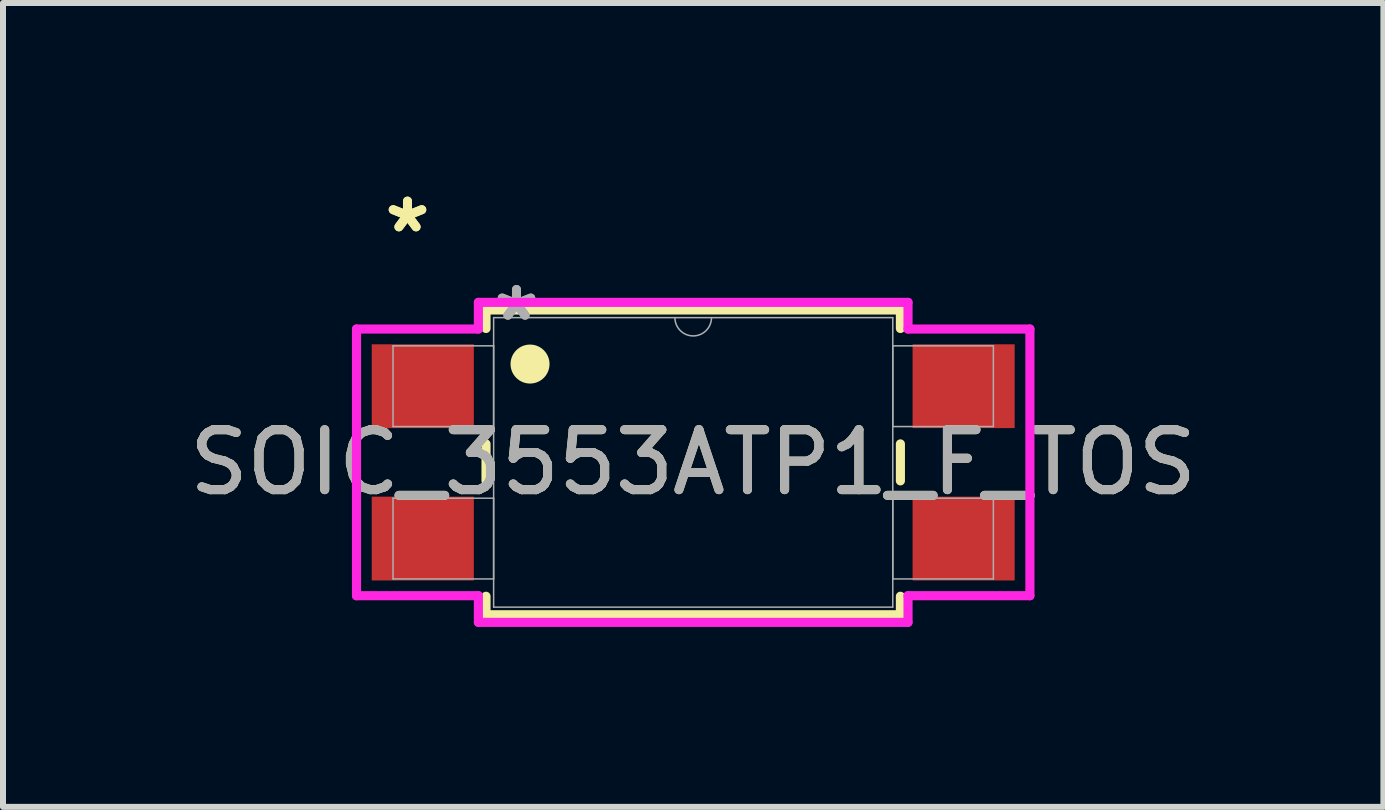
<source format=kicad_pcb>
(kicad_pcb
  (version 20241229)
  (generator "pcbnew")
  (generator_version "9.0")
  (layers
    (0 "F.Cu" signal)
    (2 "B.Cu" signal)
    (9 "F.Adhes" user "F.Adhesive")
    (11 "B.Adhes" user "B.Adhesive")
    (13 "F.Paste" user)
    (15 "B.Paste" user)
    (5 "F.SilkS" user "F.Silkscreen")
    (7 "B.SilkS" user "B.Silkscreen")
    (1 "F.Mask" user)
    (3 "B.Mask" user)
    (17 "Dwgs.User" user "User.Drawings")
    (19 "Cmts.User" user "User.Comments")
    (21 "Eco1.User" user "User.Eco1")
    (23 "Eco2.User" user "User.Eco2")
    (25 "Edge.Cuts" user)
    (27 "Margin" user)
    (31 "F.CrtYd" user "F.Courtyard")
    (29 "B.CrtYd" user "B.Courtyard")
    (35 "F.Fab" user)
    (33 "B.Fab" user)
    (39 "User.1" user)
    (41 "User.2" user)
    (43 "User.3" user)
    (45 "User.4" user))
  (footprint "SOIC_3553ATP1_F_TOS"
    (layer "F.Cu")
    (at 8.506 4.658)
    (property "Reference" "SOIC_3553ATP1_F_TOS" (at 0 0 0) (unlocked yes) (layer "F.SilkS") (effects (font (size 1 1) (thickness 0.15))))
    (attr smd)
    (fp_line (start -3.454 -2.54) (end -3.454 -2.232) (stroke (width 0.152) (type solid)) (layer "F.SilkS"))
    (fp_line (start -3.454 -0.308) (end -3.454 0.308) (stroke (width 0.152) (type solid)) (layer "F.SilkS"))
    (fp_line (start -3.454 2.232) (end -3.454 2.54) (stroke (width 0.152) (type solid)) (layer "F.SilkS"))
    (fp_line (start -3.454 2.54) (end 3.454 2.54) (stroke (width 0.152) (type solid)) (layer "F.SilkS"))
    (fp_line (start 3.454 -2.54) (end -3.454 -2.54) (stroke (width 0.152) (type solid)) (layer "F.SilkS"))
    (fp_line (start 3.454 -2.232) (end 3.454 -2.54) (stroke (width 0.152) (type solid)) (layer "F.SilkS"))
    (fp_line (start 3.454 0.308) (end 3.454 -0.308) (stroke (width 0.152) (type solid)) (layer "F.SilkS"))
    (fp_line (start 3.454 2.54) (end 3.454 2.232) (stroke (width 0.152) (type solid)) (layer "F.SilkS"))
    (fp_circle (center -2.72 -1.639) (end -2.47 -1.639) (stroke (width 0.15) (type solid)) (fill yes) (layer "F.SilkS"))
    (fp_line (start -5.613 -2.223) (end -3.581 -2.223) (stroke (width 0.152) (type solid)) (layer "F.CrtYd"))
    (fp_line (start -5.613 2.223) (end -5.613 -2.223) (stroke (width 0.152) (type solid)) (layer "F.CrtYd"))
    (fp_line (start -5.613 2.223) (end -3.581 2.223) (stroke (width 0.152) (type solid)) (layer "F.CrtYd"))
    (fp_line (start -3.581 -2.667) (end 3.581 -2.667) (stroke (width 0.152) (type solid)) (layer "F.CrtYd"))
    (fp_line (start -3.581 -2.223) (end -3.581 -2.667) (stroke (width 0.152) (type solid)) (layer "F.CrtYd"))
    (fp_line (start -3.581 2.667) (end -3.581 2.223) (stroke (width 0.152) (type solid)) (layer "F.CrtYd"))
    (fp_line (start 3.581 -2.667) (end 3.581 -2.223) (stroke (width 0.152) (type solid)) (layer "F.CrtYd"))
    (fp_line (start 3.581 2.223) (end 3.581 2.667) (stroke (width 0.152) (type solid)) (layer "F.CrtYd"))
    (fp_line (start 3.581 2.667) (end -3.581 2.667) (stroke (width 0.152) (type solid)) (layer "F.CrtYd"))
    (fp_line (start 5.613 -2.223) (end 3.581 -2.223) (stroke (width 0.152) (type solid)) (layer "F.CrtYd"))
    (fp_line (start 5.613 -2.223) (end 5.613 2.223) (stroke (width 0.152) (type solid)) (layer "F.CrtYd"))
    (fp_line (start 5.613 2.223) (end 3.581 2.223) (stroke (width 0.152) (type solid)) (layer "F.CrtYd"))
    (fp_line (start -5.004 -1.943) (end -5.004 -0.597) (stroke (width 0.025) (type solid)) (layer "F.Fab"))
    (fp_line (start -5.004 -0.597) (end -3.327 -0.597) (stroke (width 0.025) (type solid)) (layer "F.Fab"))
    (fp_line (start -5.004 0.597) (end -5.004 1.943) (stroke (width 0.025) (type solid)) (layer "F.Fab"))
    (fp_line (start -5.004 1.943) (end -3.327 1.943) (stroke (width 0.025) (type solid)) (layer "F.Fab"))
    (fp_line (start -3.327 -2.413) (end -3.327 2.413) (stroke (width 0.025) (type solid)) (layer "F.Fab"))
    (fp_line (start -3.327 -1.943) (end -5.004 -1.943) (stroke (width 0.025) (type solid)) (layer "F.Fab"))
    (fp_line (start -3.327 -0.597) (end -3.327 -1.943) (stroke (width 0.025) (type solid)) (layer "F.Fab"))
    (fp_line (start -3.327 0.597) (end -5.004 0.597) (stroke (width 0.025) (type solid)) (layer "F.Fab"))
    (fp_line (start -3.327 1.943) (end -3.327 0.597) (stroke (width 0.025) (type solid)) (layer "F.Fab"))
    (fp_line (start -3.327 2.413) (end 3.327 2.413) (stroke (width 0.025) (type solid)) (layer "F.Fab"))
    (fp_line (start 3.327 -2.413) (end -3.327 -2.413) (stroke (width 0.025) (type solid)) (layer "F.Fab"))
    (fp_line (start 3.327 -1.943) (end 3.327 -0.597) (stroke (width 0.025) (type solid)) (layer "F.Fab"))
    (fp_line (start 3.327 -0.597) (end 5.004 -0.597) (stroke (width 0.025) (type solid)) (layer "F.Fab"))
    (fp_line (start 3.327 0.597) (end 3.327 1.943) (stroke (width 0.025) (type solid)) (layer "F.Fab"))
    (fp_line (start 3.327 1.943) (end 5.004 1.943) (stroke (width 0.025) (type solid)) (layer "F.Fab"))
    (fp_line (start 3.327 2.413) (end 3.327 -2.413) (stroke (width 0.025) (type solid)) (layer "F.Fab"))
    (fp_line (start 5.004 -1.943) (end 3.327 -1.943) (stroke (width 0.025) (type solid)) (layer "F.Fab"))
    (fp_line (start 5.004 -0.597) (end 5.004 -1.943) (stroke (width 0.025) (type solid)) (layer "F.Fab"))
    (fp_line (start 5.004 0.597) (end 3.327 0.597) (stroke (width 0.025) (type solid)) (layer "F.Fab"))
    (fp_line (start 5.004 1.943) (end 5.004 0.597) (stroke (width 0.025) (type solid)) (layer "F.Fab"))
    (fp_arc (start 0.3048 -2.413) (mid 0 -2.1082) (end -0.3048 -2.413) (stroke (width 0.0254) (type solid)) (layer "F.Fab"))
    (fp_text user "*" (at -4.763 -3.81 0) (layer "F.SilkS") (effects (font (size 1 1) (thickness 0.15))))
    (fp_text user "*" (at -4.763 -3.81 0) (unlocked yes) (layer "F.SilkS") (effects (font (size 1 1) (thickness 0.15))))
    (fp_text user "${REFERENCE}" (at 0 0 0) (unlocked yes) (layer "F.Fab") (effects (font (size 1 1) (thickness 0.15))))
    (fp_text user "*" (at -2.946 -2.337 0) (layer "F.Fab") (effects (font (size 1 1) (thickness 0.15))))
    (fp_text user "*" (at -2.946 -2.337 0) (unlocked yes) (layer "F.Fab") (effects (font (size 1 1) (thickness 0.15))))
    (pad "1" smd rect (at -4.508 -1.27) (size 1.702 1.397) (layers "F.Cu" "F.Mask" "F.Paste"))
    (pad "2" smd rect (at -4.508 1.27) (size 1.702 1.397) (layers "F.Cu" "F.Mask" "F.Paste"))
    (pad "3" smd rect (at 4.508 1.27) (size 1.702 1.397) (layers "F.Cu" "F.Mask" "F.Paste"))
    (pad "4" smd rect (at 4.508 -1.27) (size 1.702 1.397) (layers "F.Cu" "F.Mask" "F.Paste")))
  (gr_rect
    (start -3 -3)
    (end 20.012 10.401)
    (stroke (width 0.1) (type default))
    (fill no)
    (layer "Edge.Cuts")))
</source>
